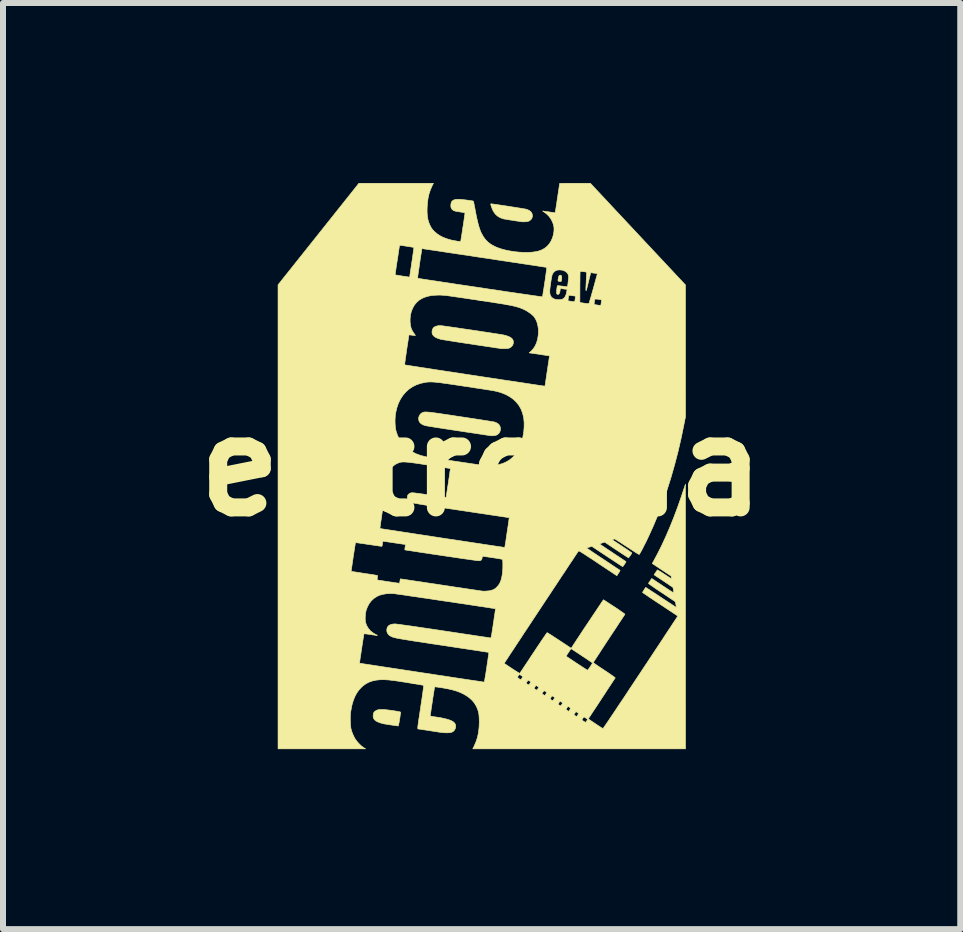
<source format=kicad_pcb>
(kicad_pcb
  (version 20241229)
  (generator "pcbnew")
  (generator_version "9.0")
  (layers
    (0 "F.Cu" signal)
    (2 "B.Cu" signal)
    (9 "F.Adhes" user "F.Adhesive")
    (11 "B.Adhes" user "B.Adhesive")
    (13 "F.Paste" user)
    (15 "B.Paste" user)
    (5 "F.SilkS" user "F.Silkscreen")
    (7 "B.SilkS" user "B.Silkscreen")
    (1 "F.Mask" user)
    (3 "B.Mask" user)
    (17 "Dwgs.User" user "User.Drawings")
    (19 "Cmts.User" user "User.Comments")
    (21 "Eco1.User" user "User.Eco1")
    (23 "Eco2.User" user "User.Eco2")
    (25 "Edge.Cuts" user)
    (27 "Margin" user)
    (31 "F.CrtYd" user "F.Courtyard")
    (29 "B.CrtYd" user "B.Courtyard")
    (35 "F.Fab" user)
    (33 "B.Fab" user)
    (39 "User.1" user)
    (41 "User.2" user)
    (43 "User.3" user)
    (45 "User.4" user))
  (footprint "entropia"
    (layer "F.Cu")
    (at 4.978 4.719)
    (property "Reference" "entropia" (at 0 0 0) (layer "F.SilkS") (effects (font (size 1.524 1.524) (thickness 0.3))))
    (attr through_hole)
    (fp_poly (pts (xy 1.324 -3.178) (xy 1.331 -3.171) (xy 1.335 -3.163) (xy 1.336 -3.148) (xy 1.336 -3.143) (xy 1.335 -3.119) (xy 1.332 -3.099) (xy 1.328 -3.084) (xy 1.324 -3.076) (xy 1.323 -3.076) (xy 1.315 -3.076) (xy 1.306 -3.077) (xy 1.288 -3.08) (xy 1.278 -3.083) (xy 1.274 -3.089) (xy 1.274 -3.1) (xy 1.275 -3.111) (xy 1.281 -3.144) (xy 1.289 -3.167) (xy 1.299 -3.179) (xy 1.311 -3.183) (xy 1.324 -3.178)) (stroke (width 0.01) (type solid)) (fill yes) (layer "F.SilkS"))
    (fp_poly (pts (xy -1.622 4.059) (xy -1.575 4.064) (xy -1.519 4.071) (xy -1.471 4.078) (xy -1.431 4.084) (xy -1.401 4.09) (xy -1.378 4.094) (xy -1.363 4.097) (xy -1.354 4.1) (xy -1.35 4.103) (xy -1.35 4.105) (xy -1.353 4.129) (xy -1.357 4.157) (xy -1.361 4.188) (xy -1.366 4.219) (xy -1.371 4.249) (xy -1.376 4.277) (xy -1.381 4.301) (xy -1.385 4.319) (xy -1.388 4.33) (xy -1.389 4.333) (xy -1.396 4.332) (xy -1.41 4.33) (xy -1.432 4.327) (xy -1.459 4.323) (xy -1.49 4.319) (xy -1.494 4.318) (xy -1.538 4.312) (xy -1.574 4.306) (xy -1.604 4.301) (xy -1.628 4.297) (xy -1.649 4.292) (xy -1.668 4.287) (xy -1.687 4.282) (xy -1.687 4.281) (xy -1.729 4.266) (xy -1.761 4.249) (xy -1.785 4.229) (xy -1.8 4.206) (xy -1.807 4.18) (xy -1.808 4.165) (xy -1.805 4.133) (xy -1.796 4.107) (xy -1.778 4.088) (xy -1.752 4.072) (xy -1.743 4.068) (xy -1.721 4.062) (xy -1.694 4.059) (xy -1.662 4.058) (xy -1.622 4.059)) (stroke (width 0.01) (type solid)) (fill yes) (layer "F.SilkS"))
    (fp_poly (pts (xy 0.159 -4.371) (xy 0.173 -4.37) (xy 0.196 -4.367) (xy 0.225 -4.363) (xy 0.26 -4.358) (xy 0.299 -4.352) (xy 0.342 -4.346) (xy 0.388 -4.339) (xy 0.435 -4.332) (xy 0.483 -4.324) (xy 0.529 -4.317) (xy 0.575 -4.31) (xy 0.617 -4.303) (xy 0.655 -4.297) (xy 0.689 -4.291) (xy 0.716 -4.287) (xy 0.736 -4.283) (xy 0.748 -4.28) (xy 0.75 -4.28) (xy 0.77 -4.272) (xy 0.791 -4.261) (xy 0.801 -4.256) (xy 0.825 -4.235) (xy 0.84 -4.21) (xy 0.847 -4.183) (xy 0.846 -4.156) (xy 0.838 -4.13) (xy 0.821 -4.107) (xy 0.798 -4.089) (xy 0.777 -4.08) (xy 0.762 -4.076) (xy 0.74 -4.073) (xy 0.716 -4.072) (xy 0.693 -4.071) (xy 0.675 -4.072) (xy 0.671 -4.072) (xy 0.662 -4.074) (xy 0.645 -4.076) (xy 0.621 -4.08) (xy 0.592 -4.084) (xy 0.558 -4.089) (xy 0.521 -4.095) (xy 0.521 -4.095) (xy 0.483 -4.101) (xy 0.447 -4.106) (xy 0.415 -4.112) (xy 0.387 -4.117) (xy 0.367 -4.12) (xy 0.356 -4.123) (xy 0.306 -4.142) (xy 0.264 -4.168) (xy 0.228 -4.201) (xy 0.199 -4.242) (xy 0.191 -4.257) (xy 0.181 -4.278) (xy 0.172 -4.301) (xy 0.164 -4.324) (xy 0.157 -4.344) (xy 0.153 -4.36) (xy 0.153 -4.37) (xy 0.153 -4.371) (xy 0.159 -4.371)) (stroke (width 0.01) (type solid)) (fill yes) (layer "F.SilkS"))
    (fp_poly (pts (xy -0.672 -2.34) (xy -0.661 -2.339) (xy -0.64 -2.336) (xy -0.611 -2.332) (xy -0.575 -2.327) (xy -0.533 -2.321) (xy -0.484 -2.314) (xy -0.431 -2.307) (xy -0.374 -2.298) (xy -0.314 -2.289) (xy -0.251 -2.28) (xy -0.188 -2.271) (xy -0.123 -2.261) (xy -0.06 -2.252) (xy 0.003 -2.242) (xy 0.063 -2.233) (xy 0.12 -2.225) (xy 0.173 -2.216) (xy 0.221 -2.209) (xy 0.264 -2.202) (xy 0.3 -2.197) (xy 0.329 -2.192) (xy 0.349 -2.188) (xy 0.359 -2.187) (xy 0.411 -2.174) (xy 0.453 -2.159) (xy 0.486 -2.142) (xy 0.509 -2.122) (xy 0.524 -2.099) (xy 0.53 -2.073) (xy 0.528 -2.043) (xy 0.528 -2.042) (xy 0.517 -2.013) (xy 0.497 -1.989) (xy 0.47 -1.971) (xy 0.467 -1.969) (xy 0.453 -1.964) (xy 0.436 -1.961) (xy 0.414 -1.959) (xy 0.389 -1.958) (xy 0.364 -1.958) (xy 0.342 -1.958) (xy 0.325 -1.958) (xy 0.318 -1.959) (xy 0.31 -1.96) (xy 0.294 -1.963) (xy 0.269 -1.967) (xy 0.236 -1.971) (xy 0.196 -1.978) (xy 0.149 -1.985) (xy 0.097 -1.992) (xy 0.04 -2.001) (xy -0.022 -2.01) (xy -0.087 -2.02) (xy -0.154 -2.03) (xy -0.17 -2.033) (xy -0.239 -2.043) (xy -0.306 -2.053) (xy -0.37 -2.063) (xy -0.43 -2.072) (xy -0.486 -2.081) (xy -0.536 -2.089) (xy -0.58 -2.096) (xy -0.618 -2.102) (xy -0.647 -2.107) (xy -0.669 -2.111) (xy -0.681 -2.113) (xy -0.682 -2.113) (xy -0.729 -2.128) (xy -0.767 -2.145) (xy -0.795 -2.165) (xy -0.815 -2.189) (xy -0.823 -2.207) (xy -0.827 -2.231) (xy -0.824 -2.257) (xy -0.817 -2.282) (xy -0.805 -2.303) (xy -0.789 -2.317) (xy -0.759 -2.331) (xy -0.726 -2.339) (xy -0.69 -2.341) (xy -0.672 -2.34)) (stroke (width 0.01) (type solid)) (fill yes) (layer "F.SilkS"))
    (fp_poly (pts (xy -0.919 -0.901) (xy -0.901 -0.9) (xy -0.879 -0.898) (xy -0.853 -0.896) (xy -0.821 -0.892) (xy -0.784 -0.887) (xy -0.741 -0.881) (xy -0.691 -0.874) (xy -0.634 -0.865) (xy -0.569 -0.856) (xy -0.495 -0.845) (xy -0.412 -0.832) (xy -0.353 -0.823) (xy -0.279 -0.812) (xy -0.208 -0.801) (xy -0.14 -0.791) (xy -0.076 -0.781) (xy -0.017 -0.772) (xy 0.038 -0.763) (xy 0.086 -0.756) (xy 0.128 -0.749) (xy 0.162 -0.743) (xy 0.189 -0.739) (xy 0.207 -0.736) (xy 0.215 -0.734) (xy 0.215 -0.734) (xy 0.244 -0.723) (xy 0.27 -0.708) (xy 0.289 -0.692) (xy 0.292 -0.688) (xy 0.308 -0.659) (xy 0.314 -0.628) (xy 0.313 -0.598) (xy 0.303 -0.569) (xy 0.287 -0.544) (xy 0.263 -0.524) (xy 0.25 -0.517) (xy 0.231 -0.511) (xy 0.206 -0.507) (xy 0.18 -0.505) (xy 0.158 -0.505) (xy 0.152 -0.506) (xy 0.146 -0.507) (xy 0.13 -0.51) (xy 0.105 -0.513) (xy 0.072 -0.518) (xy 0.032 -0.524) (xy -0.015 -0.531) (xy -0.067 -0.539) (xy -0.125 -0.548) (xy -0.188 -0.557) (xy -0.255 -0.567) (xy -0.324 -0.578) (xy -0.386 -0.587) (xy -0.459 -0.598) (xy -0.529 -0.609) (xy -0.596 -0.619) (xy -0.66 -0.629) (xy -0.719 -0.638) (xy -0.772 -0.646) (xy -0.82 -0.654) (xy -0.861 -0.661) (xy -0.895 -0.666) (xy -0.921 -0.671) (xy -0.938 -0.674) (xy -0.945 -0.676) (xy -0.984 -0.691) (xy -1.014 -0.71) (xy -1.035 -0.734) (xy -1.047 -0.762) (xy -1.05 -0.794) (xy -1.047 -0.815) (xy -1.035 -0.846) (xy -1.016 -0.871) (xy -0.99 -0.889) (xy -0.988 -0.89) (xy -0.98 -0.893) (xy -0.973 -0.896) (xy -0.965 -0.898) (xy -0.956 -0.9) (xy -0.946 -0.901) (xy -0.934 -0.902) (xy -0.919 -0.901)) (stroke (width 0.01) (type solid)) (fill yes) (layer "F.SilkS"))
    (fp_poly (pts (xy 2.605 -3.867) (xy 3.398 -3.02) (xy 3.398 -1.922) (xy 3.399 -0.823) (xy 3.375 -0.702) (xy 3.328 -0.472) (xy 3.276 -0.246) (xy 3.218 -0.023) (xy 3.156 0.194) (xy 3.089 0.406) (xy 3.018 0.612) (xy 2.942 0.81) (xy 2.862 1.001) (xy 2.779 1.183) (xy 2.751 1.242) (xy 2.729 1.286) (xy 2.707 1.328) (xy 2.688 1.367) (xy 2.67 1.401) (xy 2.654 1.43) (xy 2.641 1.453) (xy 2.632 1.468) (xy 2.627 1.474) (xy 2.622 1.472) (xy 2.61 1.465) (xy 2.59 1.454) (xy 2.565 1.438) (xy 2.535 1.419) (xy 2.501 1.397) (xy 2.463 1.372) (xy 2.423 1.346) (xy 2.383 1.32) (xy 2.345 1.295) (xy 2.311 1.272) (xy 2.28 1.253) (xy 2.255 1.237) (xy 2.236 1.224) (xy 2.223 1.217) (xy 2.218 1.215) (xy 2.21 1.216) (xy 2.197 1.221) (xy 2.195 1.221) (xy 2.177 1.228) (xy 2.341 1.336) (xy 2.377 1.36) (xy 2.411 1.382) (xy 2.441 1.403) (xy 2.466 1.42) (xy 2.485 1.434) (xy 2.498 1.443) (xy 2.504 1.448) (xy 2.504 1.449) (xy 2.502 1.455) (xy 2.495 1.467) (xy 2.485 1.483) (xy 2.473 1.499) (xy 2.463 1.513) (xy 2.454 1.524) (xy 2.449 1.529) (xy 2.448 1.529) (xy 2.443 1.526) (xy 2.431 1.519) (xy 2.411 1.506) (xy 2.386 1.49) (xy 2.356 1.47) (xy 2.321 1.447) (xy 2.283 1.422) (xy 2.248 1.399) (xy 2.052 1.268) (xy 2.008 1.282) (xy 1.99 1.289) (xy 1.976 1.295) (xy 1.969 1.299) (xy 1.969 1.3) (xy 1.974 1.304) (xy 1.987 1.312) (xy 2.006 1.326) (xy 2.032 1.343) (xy 2.062 1.363) (xy 2.097 1.387) (xy 2.136 1.412) (xy 2.178 1.44) (xy 2.189 1.448) (xy 2.231 1.476) (xy 2.271 1.502) (xy 2.307 1.526) (xy 2.338 1.547) (xy 2.365 1.565) (xy 2.386 1.579) (xy 2.4 1.588) (xy 2.407 1.593) (xy 2.407 1.593) (xy 2.406 1.598) (xy 2.4 1.609) (xy 2.391 1.623) (xy 2.38 1.639) (xy 2.369 1.655) (xy 2.36 1.668) (xy 2.354 1.675) (xy 2.352 1.676) (xy 2.347 1.674) (xy 2.334 1.666) (xy 2.315 1.653) (xy 2.289 1.637) (xy 2.258 1.616) (xy 2.222 1.593) (xy 2.182 1.566) (xy 2.139 1.538) (xy 2.093 1.508) (xy 2.092 1.507) (xy 1.837 1.338) (xy 1.795 1.351) (xy 1.776 1.357) (xy 1.761 1.362) (xy 1.753 1.366) (xy 1.753 1.367) (xy 1.757 1.37) (xy 1.769 1.378) (xy 1.787 1.391) (xy 1.812 1.408) (xy 1.843 1.429) (xy 1.878 1.453) (xy 1.918 1.479) (xy 1.96 1.508) (xy 2.006 1.538) (xy 2.053 1.569) (xy 2.101 1.601) (xy 2.149 1.633) (xy 2.197 1.665) (xy 2.243 1.696) (xy 2.288 1.725) (xy 2.308 1.738) (xy 2.307 1.743) (xy 2.301 1.755) (xy 2.292 1.771) (xy 2.283 1.784) (xy 2.255 1.828) (xy 1.939 1.618) (xy 1.877 1.576) (xy 1.822 1.54) (xy 1.775 1.51) (xy 1.736 1.484) (xy 1.702 1.462) (xy 1.675 1.445) (xy 1.654 1.432) (xy 1.638 1.423) (xy 1.627 1.417) (xy 1.62 1.414) (xy 1.617 1.414) (xy 1.614 1.419) (xy 1.605 1.432) (xy 1.591 1.452) (xy 1.573 1.479) (xy 1.55 1.513) (xy 1.524 1.554) (xy 1.493 1.599) (xy 1.459 1.65) (xy 1.422 1.706) (xy 1.383 1.766) (xy 1.34 1.829) (xy 1.296 1.896) (xy 1.25 1.966) (xy 1.202 2.038) (xy 1.153 2.113) (xy 1.103 2.188) (xy 1.052 2.265) (xy 1.001 2.342) (xy 0.95 2.419) (xy 0.899 2.496) (xy 0.849 2.572) (xy 0.8 2.646) (xy 0.752 2.719) (xy 0.705 2.789) (xy 0.661 2.857) (xy 0.618 2.922) (xy 0.578 2.982) (xy 0.541 3.039) (xy 0.506 3.091) (xy 0.475 3.138) (xy 0.448 3.18) (xy 0.425 3.216) (xy 0.405 3.245) (xy 0.391 3.267) (xy 0.381 3.282) (xy 0.377 3.289) (xy 0.377 3.289) (xy 0.381 3.292) (xy 0.393 3.3) (xy 0.411 3.312) (xy 0.435 3.328) (xy 0.463 3.347) (xy 0.494 3.367) (xy 0.505 3.375) (xy 0.541 3.398) (xy 0.572 3.418) (xy 0.598 3.434) (xy 0.618 3.446) (xy 0.631 3.453) (xy 0.637 3.455) (xy 0.637 3.455) (xy 0.64 3.45) (xy 0.649 3.437) (xy 0.662 3.417) (xy 0.68 3.391) (xy 0.701 3.358) (xy 0.726 3.321) (xy 0.754 3.279) (xy 0.785 3.233) (xy 0.817 3.183) (xy 0.827 3.169) (xy 1.408 3.169) (xy 1.584 3.286) (xy 1.622 3.311) (xy 1.657 3.334) (xy 1.689 3.355) (xy 1.717 3.373) (xy 1.739 3.387) (xy 1.755 3.397) (xy 1.764 3.402) (xy 1.766 3.403) (xy 1.77 3.399) (xy 1.779 3.388) (xy 1.792 3.372) (xy 1.806 3.352) (xy 1.81 3.345) (xy 1.824 3.324) (xy 1.836 3.305) (xy 1.845 3.291) (xy 1.849 3.284) (xy 1.849 3.283) (xy 1.845 3.28) (xy 1.833 3.271) (xy 1.815 3.259) (xy 1.792 3.243) (xy 1.764 3.224) (xy 1.732 3.202) (xy 1.698 3.18) (xy 1.662 3.156) (xy 1.626 3.132) (xy 1.59 3.108) (xy 1.556 3.086) (xy 1.524 3.065) (xy 1.504 3.052) (xy 1.491 3.044) (xy 1.449 3.106) (xy 1.408 3.169) (xy 0.827 3.169) (xy 0.852 3.131) (xy 0.864 3.113) (xy 0.9 3.059) (xy 0.934 3.007) (xy 0.966 2.96) (xy 0.995 2.916) (xy 1.021 2.878) (xy 1.044 2.844) (xy 1.063 2.817) (xy 1.077 2.796) (xy 1.087 2.783) (xy 1.092 2.777) (xy 1.093 2.777) (xy 1.098 2.78) (xy 1.111 2.787) (xy 1.131 2.8) (xy 1.157 2.816) (xy 1.188 2.836) (xy 1.223 2.859) (xy 1.261 2.884) (xy 1.297 2.907) (xy 1.494 3.037) (xy 1.506 3.019) (xy 1.518 3) (xy 1.534 2.974) (xy 1.555 2.943) (xy 1.578 2.907) (xy 1.605 2.867) (xy 1.634 2.823) (xy 1.664 2.777) (xy 1.696 2.728) (xy 1.729 2.679) (xy 1.763 2.628) (xy 1.797 2.578) (xy 1.83 2.528) (xy 1.862 2.48) (xy 1.893 2.434) (xy 1.922 2.391) (xy 1.948 2.351) (xy 1.972 2.316) (xy 1.992 2.285) (xy 2.009 2.261) (xy 2.021 2.243) (xy 2.029 2.232) (xy 2.032 2.229) (xy 2.037 2.232) (xy 2.049 2.24) (xy 2.068 2.252) (xy 2.093 2.268) (xy 2.123 2.288) (xy 2.157 2.31) (xy 2.194 2.334) (xy 2.214 2.347) (xy 2.261 2.378) (xy 2.3 2.405) (xy 2.333 2.428) (xy 2.359 2.446) (xy 2.377 2.459) (xy 2.387 2.468) (xy 2.389 2.471) (xy 2.386 2.476) (xy 2.377 2.489) (xy 2.364 2.509) (xy 2.346 2.536) (xy 2.325 2.569) (xy 2.299 2.607) (xy 2.271 2.65) (xy 2.24 2.698) (xy 2.206 2.749) (xy 2.17 2.803) (xy 2.132 2.86) (xy 2.124 2.873) (xy 2.086 2.93) (xy 2.05 2.985) (xy 2.016 3.037) (xy 1.985 3.085) (xy 1.956 3.13) (xy 1.93 3.169) (xy 1.908 3.204) (xy 1.889 3.232) (xy 1.876 3.253) (xy 1.867 3.268) (xy 1.863 3.275) (xy 1.862 3.275) (xy 1.866 3.279) (xy 1.878 3.288) (xy 1.896 3.302) (xy 1.921 3.319) (xy 1.95 3.339) (xy 1.984 3.362) (xy 2.021 3.386) (xy 2.046 3.403) (xy 2.096 3.436) (xy 2.137 3.464) (xy 2.17 3.487) (xy 2.195 3.505) (xy 2.213 3.518) (xy 2.224 3.527) (xy 2.227 3.531) (xy 2.227 3.532) (xy 2.224 3.537) (xy 2.215 3.55) (xy 2.202 3.57) (xy 2.184 3.597) (xy 2.163 3.629) (xy 2.138 3.667) (xy 2.11 3.709) (xy 2.08 3.755) (xy 2.048 3.805) (xy 2.013 3.857) (xy 2.004 3.871) (xy 1.97 3.923) (xy 1.937 3.974) (xy 1.906 4.021) (xy 1.877 4.064) (xy 1.851 4.103) (xy 1.829 4.137) (xy 1.811 4.165) (xy 1.796 4.187) (xy 1.786 4.202) (xy 1.782 4.209) (xy 1.781 4.21) (xy 1.783 4.214) (xy 1.793 4.223) (xy 1.81 4.236) (xy 1.834 4.253) (xy 1.867 4.275) (xy 1.897 4.295) (xy 1.929 4.316) (xy 1.957 4.335) (xy 1.982 4.351) (xy 2.002 4.364) (xy 2.016 4.372) (xy 2.023 4.376) (xy 2.024 4.376) (xy 2.027 4.372) (xy 2.035 4.36) (xy 2.049 4.34) (xy 2.068 4.313) (xy 2.091 4.279) (xy 2.119 4.238) (xy 2.15 4.191) (xy 2.186 4.138) (xy 2.225 4.08) (xy 2.267 4.016) (xy 2.313 3.947) (xy 2.362 3.875) (xy 2.413 3.798) (xy 2.466 3.717) (xy 2.522 3.633) (xy 2.579 3.547) (xy 2.639 3.457) (xy 2.699 3.366) (xy 2.761 3.273) (xy 2.824 3.178) (xy 2.887 3.082) (xy 2.951 2.986) (xy 3.015 2.889) (xy 3.078 2.792) (xy 3.142 2.696) (xy 3.191 2.621) (xy 3.271 2.5) (xy 2.977 2.305) (xy 2.928 2.273) (xy 2.881 2.242) (xy 2.838 2.213) (xy 2.798 2.187) (xy 2.764 2.163) (xy 2.734 2.143) (xy 2.711 2.127) (xy 2.694 2.115) (xy 2.684 2.108) (xy 2.683 2.107) (xy 2.685 2.102) (xy 2.692 2.09) (xy 2.701 2.075) (xy 2.712 2.058) (xy 2.722 2.042) (xy 2.731 2.029) (xy 2.736 2.023) (xy 2.74 2.025) (xy 2.752 2.033) (xy 2.771 2.045) (xy 2.797 2.061) (xy 2.827 2.082) (xy 2.863 2.105) (xy 2.903 2.131) (xy 2.946 2.159) (xy 2.99 2.189) (xy 3.036 2.219) (xy 3.079 2.247) (xy 3.118 2.273) (xy 3.154 2.296) (xy 3.185 2.317) (xy 3.21 2.333) (xy 3.229 2.345) (xy 3.241 2.352) (xy 3.245 2.355) (xy 3.245 2.349) (xy 3.244 2.336) (xy 3.241 2.319) (xy 3.237 2.3) (xy 3.233 2.282) (xy 3.23 2.268) (xy 3.227 2.261) (xy 3.227 2.26) (xy 3.222 2.257) (xy 3.21 2.248) (xy 3.19 2.235) (xy 3.165 2.218) (xy 3.134 2.198) (xy 3.099 2.174) (xy 3.06 2.148) (xy 3.019 2.12) (xy 3.001 2.109) (xy 2.944 2.071) (xy 2.896 2.039) (xy 2.857 2.011) (xy 2.826 1.99) (xy 2.803 1.973) (xy 2.789 1.962) (xy 2.782 1.955) (xy 2.782 1.954) (xy 2.786 1.948) (xy 2.795 1.935) (xy 2.806 1.918) (xy 2.811 1.911) (xy 2.835 1.874) (xy 2.849 1.883) (xy 2.856 1.887) (xy 2.871 1.897) (xy 2.892 1.911) (xy 2.918 1.929) (xy 2.949 1.949) (xy 2.984 1.972) (xy 3.021 1.997) (xy 3.033 2.005) (xy 3.07 2.029) (xy 3.104 2.052) (xy 3.135 2.072) (xy 3.161 2.089) (xy 3.182 2.101) (xy 3.196 2.11) (xy 3.204 2.114) (xy 3.204 2.114) (xy 3.204 2.107) (xy 3.202 2.093) (xy 3.199 2.074) (xy 3.198 2.067) (xy 3.195 2.048) (xy 3.192 2.033) (xy 3.19 2.025) (xy 3.19 2.024) (xy 3.186 2.02) (xy 3.175 2.012) (xy 3.156 2) (xy 3.132 1.984) (xy 3.104 1.964) (xy 3.071 1.943) (xy 3.036 1.919) (xy 3.033 1.917) (xy 2.875 1.813) (xy 2.901 1.774) (xy 2.913 1.756) (xy 2.923 1.742) (xy 2.929 1.733) (xy 2.931 1.731) (xy 2.936 1.733) (xy 2.948 1.74) (xy 2.966 1.751) (xy 2.99 1.765) (xy 3.017 1.783) (xy 3.047 1.803) (xy 3.048 1.803) (xy 3.078 1.823) (xy 3.105 1.841) (xy 3.129 1.856) (xy 3.147 1.868) (xy 3.159 1.875) (xy 3.164 1.877) (xy 3.164 1.877) (xy 3.164 1.871) (xy 3.163 1.859) (xy 3.162 1.854) (xy 3.159 1.833) (xy 3.002 1.729) (xy 2.845 1.624) (xy 2.861 1.596) (xy 2.93 1.467) (xy 3 1.328) (xy 3.068 1.181) (xy 3.135 1.026) (xy 3.201 0.863) (xy 3.265 0.693) (xy 3.327 0.516) (xy 3.348 0.452) (xy 3.398 0.302) (xy 3.398 2.508) (xy 3.399 4.714) (xy -0.147 4.714) (xy -0.125 4.67) (xy -0.094 4.598) (xy -0.069 4.523) (xy -0.052 4.443) (xy -0.042 4.357) (xy -0.038 4.264) (xy -0.038 4.257) (xy -0.039 4.234) (xy 1.672 4.234) (xy 1.672 4.234) (xy 1.68 4.239) (xy 1.692 4.248) (xy 1.707 4.257) (xy 1.72 4.265) (xy 1.73 4.271) (xy 1.733 4.272) (xy 1.738 4.268) (xy 1.744 4.26) (xy 1.756 4.242) (xy 1.763 4.23) (xy 1.764 4.223) (xy 1.759 4.216) (xy 1.748 4.208) (xy 1.737 4.201) (xy 1.722 4.191) (xy 1.711 4.184) (xy 1.705 4.182) (xy 1.705 4.182) (xy 1.697 4.192) (xy 1.688 4.205) (xy 1.68 4.219) (xy 1.674 4.229) (xy 1.672 4.234) (xy -0.039 4.234) (xy -0.04 4.202) (xy -0.043 4.156) (xy -0.044 4.148) (xy 1.54 4.148) (xy 1.546 4.152) (xy 1.557 4.159) (xy 1.569 4.167) (xy 1.579 4.173) (xy 1.583 4.176) (xy 1.583 4.176) (xy 1.587 4.172) (xy 1.594 4.162) (xy 1.6 4.153) (xy 1.609 4.14) (xy 1.614 4.13) (xy 1.615 4.126) (xy 1.612 4.121) (xy 1.602 4.113) (xy 1.591 4.105) (xy 1.58 4.098) (xy 1.573 4.094) (xy 1.573 4.094) (xy 1.569 4.098) (xy 1.563 4.108) (xy 1.555 4.121) (xy 1.547 4.133) (xy 1.542 4.143) (xy 1.54 4.148) (xy -0.044 4.148) (xy -0.049 4.114) (xy -0.059 4.076) (xy -0.066 4.056) (xy 1.407 4.056) (xy 1.411 4.059) (xy 1.42 4.067) (xy 1.431 4.076) (xy 1.442 4.084) (xy 1.45 4.089) (xy 1.451 4.089) (xy 1.454 4.085) (xy 1.461 4.075) (xy 1.468 4.065) (xy 1.476 4.051) (xy 1.482 4.041) (xy 1.483 4.037) (xy 1.48 4.033) (xy 1.47 4.025) (xy 1.459 4.017) (xy 1.448 4.011) (xy 1.442 4.008) (xy 1.437 4.012) (xy 1.43 4.021) (xy 1.421 4.033) (xy 1.413 4.045) (xy 1.408 4.054) (xy 1.407 4.056) (xy -0.066 4.056) (xy -0.073 4.038) (xy -0.09 4) (xy -0.108 3.97) (xy 1.275 3.97) (xy 1.279 3.974) (xy 1.288 3.981) (xy 1.3 3.989) (xy 1.31 3.995) (xy 1.317 3.998) (xy 1.317 3.998) (xy 1.321 3.994) (xy 1.329 3.984) (xy 1.336 3.975) (xy 1.344 3.962) (xy 1.35 3.953) (xy 1.351 3.95) (xy 1.347 3.946) (xy 1.338 3.938) (xy 1.33 3.933) (xy 1.308 3.918) (xy 1.291 3.943) (xy 1.283 3.956) (xy 1.277 3.966) (xy 1.275 3.97) (xy -0.108 3.97) (xy -0.119 3.952) (xy -0.157 3.906) (xy -0.188 3.878) (xy 1.146 3.878) (xy 1.148 3.886) (xy 1.155 3.893) (xy 1.162 3.898) (xy 1.174 3.906) (xy 1.183 3.911) (xy 1.184 3.911) (xy 1.189 3.908) (xy 1.196 3.897) (xy 1.204 3.886) (xy 1.213 3.872) (xy 1.216 3.863) (xy 1.214 3.856) (xy 1.204 3.848) (xy 1.188 3.838) (xy 1.179 3.834) (xy 1.173 3.834) (xy 1.167 3.84) (xy 1.161 3.851) (xy 1.151 3.867) (xy 1.146 3.878) (xy -0.188 3.878) (xy -0.201 3.866) (xy -0.248 3.832) (xy -0.298 3.802) (xy -0.314 3.794) (xy 1.006 3.794) (xy 1.027 3.809) (xy 1.04 3.818) (xy 1.049 3.824) (xy 1.052 3.825) (xy 1.055 3.821) (xy 1.063 3.811) (xy 1.071 3.799) (xy 1.08 3.786) (xy 1.085 3.776) (xy 1.086 3.772) (xy 1.073 3.763) (xy 1.059 3.754) (xy 1.047 3.748) (xy 1.041 3.747) (xy 1.041 3.747) (xy 1.036 3.752) (xy 1.027 3.763) (xy 1.021 3.772) (xy 1.006 3.794) (xy -0.314 3.794) (xy -0.352 3.776) (xy -0.412 3.753) (xy -0.479 3.733) (xy -0.541 3.718) (xy -0.565 3.713) (xy -0.593 3.708) (xy -0.622 3.703) (xy 0.877 3.703) (xy 0.877 3.709) (xy 0.884 3.715) (xy 0.893 3.721) (xy 0.905 3.729) (xy 0.915 3.733) (xy 0.918 3.734) (xy 0.923 3.73) (xy 0.932 3.72) (xy 0.939 3.71) (xy 0.955 3.686) (xy 0.931 3.671) (xy 0.908 3.656) (xy 0.899 3.668) (xy 0.89 3.681) (xy 0.882 3.694) (xy 0.877 3.703) (xy -0.622 3.703) (xy -0.623 3.702) (xy -0.655 3.697) (xy -0.687 3.692) (xy -0.717 3.688) (xy -0.743 3.684) (xy -0.763 3.682) (xy -0.777 3.681) (xy -0.782 3.682) (xy -0.784 3.687) (xy -0.787 3.702) (xy -0.79 3.725) (xy -0.795 3.755) (xy -0.801 3.79) (xy -0.807 3.831) (xy -0.814 3.876) (xy -0.82 3.917) (xy -0.827 3.964) (xy -0.834 4.009) (xy -0.84 4.05) (xy -0.845 4.086) (xy -0.85 4.116) (xy -0.853 4.138) (xy -0.856 4.153) (xy -0.857 4.158) (xy -0.857 4.162) (xy -0.855 4.165) (xy -0.85 4.168) (xy -0.84 4.17) (xy -0.825 4.173) (xy -0.802 4.177) (xy -0.77 4.182) (xy -0.761 4.183) (xy -0.689 4.194) (xy -0.627 4.207) (xy -0.575 4.22) (xy -0.531 4.234) (xy -0.496 4.249) (xy -0.469 4.266) (xy -0.449 4.285) (xy -0.437 4.306) (xy -0.432 4.328) (xy -0.432 4.335) (xy -0.436 4.369) (xy -0.449 4.397) (xy -0.468 4.42) (xy -0.495 4.436) (xy -0.509 4.44) (xy -0.541 4.445) (xy -0.583 4.447) (xy -0.633 4.444) (xy -0.692 4.438) (xy -0.739 4.431) (xy -0.777 4.425) (xy -0.821 4.418) (xy -0.867 4.411) (xy -0.911 4.404) (xy -0.942 4.399) (xy -0.975 4.395) (xy -1.004 4.39) (xy -1.029 4.386) (xy -1.047 4.384) (xy -1.058 4.382) (xy -1.059 4.381) (xy -1.061 4.381) (xy -1.063 4.379) (xy -1.064 4.376) (xy -1.064 4.371) (xy -1.064 4.363) (xy -1.063 4.351) (xy -1.062 4.335) (xy -1.059 4.314) (xy -1.055 4.287) (xy -1.051 4.254) (xy -1.045 4.213) (xy -1.037 4.165) (xy -1.029 4.109) (xy -1.019 4.043) (xy -1.016 4.02) (xy -1.005 3.947) (xy -0.995 3.882) (xy -0.987 3.825) (xy -0.98 3.775) (xy -0.974 3.733) (xy -0.97 3.7) (xy -0.967 3.677) (xy -0.966 3.662) (xy -0.966 3.657) (xy -0.973 3.655) (xy -0.99 3.651) (xy -1.014 3.647) (xy -1.046 3.641) (xy -1.083 3.635) (xy -1.127 3.627) (xy -1.168 3.621) (xy 0.742 3.621) (xy 0.761 3.634) (xy 0.773 3.642) (xy 0.783 3.646) (xy 0.785 3.647) (xy 0.79 3.643) (xy 0.799 3.633) (xy 0.806 3.622) (xy 0.822 3.598) (xy 0.801 3.584) (xy 0.787 3.576) (xy 0.777 3.574) (xy 0.768 3.58) (xy 0.758 3.594) (xy 0.754 3.6) (xy 0.742 3.621) (xy -1.168 3.621) (xy -1.174 3.62) (xy -1.225 3.612) (xy -1.279 3.603) (xy -1.334 3.595) (xy -1.389 3.586) (xy -1.444 3.578) (xy -1.456 3.577) (xy -1.543 3.566) (xy -1.622 3.561) (xy -1.694 3.562) (xy -1.76 3.569) (xy -1.819 3.582) (xy -1.874 3.601) (xy -1.923 3.626) (xy -1.969 3.658) (xy -2 3.685) (xy -2.043 3.731) (xy -2.081 3.784) (xy -2.113 3.844) (xy -2.139 3.91) (xy -2.161 3.984) (xy -2.177 4.067) (xy -2.185 4.117) (xy -2.187 4.145) (xy -2.188 4.179) (xy -2.189 4.217) (xy -2.188 4.257) (xy -2.186 4.296) (xy -2.183 4.332) (xy -2.18 4.362) (xy -2.177 4.379) (xy -2.164 4.426) (xy -2.144 4.476) (xy -2.12 4.526) (xy -2.113 4.539) (xy -2.094 4.567) (xy -2.07 4.598) (xy -2.041 4.63) (xy -2.011 4.659) (xy -1.981 4.683) (xy -1.966 4.693) (xy -1.934 4.714) (xy -3.393 4.714) (xy -3.393 3.286) (xy -2.034 3.286) (xy -2.029 3.287) (xy -2.015 3.289) (xy -1.991 3.293) (xy -1.96 3.298) (xy -1.92 3.304) (xy -1.873 3.311) (xy -1.82 3.319) (xy -1.761 3.328) (xy -1.696 3.338) (xy -1.626 3.349) (xy -1.552 3.36) (xy -1.474 3.372) (xy -1.393 3.384) (xy -1.309 3.397) (xy -1.224 3.41) (xy -1.136 3.423) (xy -1.048 3.437) (xy -0.96 3.45) (xy -0.871 3.463) (xy -0.784 3.477) (xy -0.698 3.49) (xy -0.614 3.502) (xy -0.532 3.515) (xy -0.454 3.527) (xy -0.379 3.538) (xy -0.308 3.549) (xy -0.242 3.559) (xy -0.182 3.568) (xy -0.127 3.576) (xy -0.079 3.583) (xy -0.038 3.589) (xy -0.005 3.594) (xy 0.02 3.598) (xy 0.036 3.6) (xy 0.043 3.601) (xy 0.043 3.601) (xy 0.045 3.596) (xy 0.049 3.582) (xy 0.053 3.559) (xy 0.058 3.528) (xy 0.06 3.52) (xy 0.598 3.52) (xy 0.601 3.525) (xy 0.61 3.533) (xy 0.623 3.543) (xy 0.635 3.552) (xy 0.646 3.559) (xy 0.651 3.561) (xy 0.656 3.557) (xy 0.664 3.547) (xy 0.67 3.539) (xy 0.679 3.525) (xy 0.685 3.515) (xy 0.686 3.512) (xy 0.682 3.507) (xy 0.672 3.499) (xy 0.659 3.49) (xy 0.646 3.482) (xy 0.635 3.476) (xy 0.631 3.475) (xy 0.626 3.479) (xy 0.618 3.488) (xy 0.609 3.5) (xy 0.602 3.512) (xy 0.598 3.52) (xy 0.06 3.52) (xy 0.065 3.49) (xy 0.072 3.445) (xy 0.08 3.395) (xy 0.086 3.355) (xy 0.093 3.306) (xy 0.1 3.261) (xy 0.106 3.219) (xy 0.111 3.183) (xy 0.116 3.152) (xy 0.119 3.129) (xy 0.121 3.113) (xy 0.121 3.107) (xy 0.121 3.107) (xy 0.116 3.106) (xy 0.102 3.103) (xy 0.078 3.1) (xy 0.046 3.095) (xy 0.006 3.089) (xy -0.041 3.081) (xy -0.095 3.073) (xy -0.155 3.064) (xy -0.221 3.054) (xy -0.292 3.043) (xy -0.368 3.032) (xy -0.447 3.02) (xy -0.53 3.007) (xy -0.616 2.994) (xy -0.644 2.99) (xy -0.75 2.974) (xy -0.846 2.96) (xy -0.933 2.946) (xy -1.011 2.934) (xy -1.082 2.924) (xy -1.145 2.914) (xy -1.2 2.905) (xy -1.25 2.897) (xy -1.293 2.89) (xy -1.33 2.884) (xy -1.362 2.878) (xy -1.39 2.873) (xy -1.414 2.869) (xy -1.434 2.864) (xy -1.45 2.86) (xy -1.464 2.857) (xy -1.476 2.853) (xy -1.487 2.849) (xy -1.496 2.846) (xy -1.504 2.842) (xy -1.511 2.839) (xy -1.542 2.819) (xy -1.564 2.794) (xy -1.577 2.765) (xy -1.581 2.735) (xy -1.576 2.703) (xy -1.564 2.677) (xy -1.544 2.656) (xy -1.515 2.642) (xy -1.479 2.634) (xy -1.443 2.631) (xy -1.432 2.632) (xy -1.411 2.635) (xy -1.381 2.638) (xy -1.341 2.644) (xy -1.292 2.651) (xy -1.234 2.659) (xy -1.167 2.668) (xy -1.092 2.679) (xy -1.008 2.692) (xy -0.916 2.705) (xy -0.816 2.72) (xy -0.708 2.736) (xy -0.63 2.748) (xy -0.542 2.761) (xy -0.457 2.774) (xy -0.376 2.786) (xy -0.298 2.798) (xy -0.224 2.809) (xy -0.156 2.819) (xy -0.093 2.829) (xy -0.036 2.837) (xy 0.015 2.845) (xy 0.059 2.851) (xy 0.095 2.857) (xy 0.122 2.861) (xy 0.141 2.864) (xy 0.151 2.865) (xy 0.152 2.865) (xy 0.155 2.863) (xy 0.157 2.858) (xy 0.16 2.848) (xy 0.163 2.833) (xy 0.167 2.812) (xy 0.172 2.784) (xy 0.177 2.748) (xy 0.184 2.705) (xy 0.192 2.652) (xy 0.196 2.623) (xy 0.204 2.574) (xy 0.21 2.529) (xy 0.216 2.488) (xy 0.222 2.452) (xy 0.226 2.422) (xy 0.229 2.399) (xy 0.231 2.385) (xy 0.232 2.379) (xy 0.232 2.379) (xy 0.226 2.378) (xy 0.212 2.375) (xy 0.188 2.371) (xy 0.157 2.367) (xy 0.117 2.36) (xy 0.071 2.353) (xy 0.019 2.345) (xy -0.039 2.337) (xy -0.102 2.327) (xy -0.169 2.317) (xy -0.24 2.306) (xy -0.313 2.295) (xy -0.39 2.284) (xy -0.468 2.272) (xy -0.547 2.26) (xy -0.627 2.249) (xy -0.707 2.237) (xy -0.786 2.225) (xy -0.863 2.213) (xy -0.939 2.202) (xy -1.012 2.192) (xy -1.082 2.181) (xy -1.147 2.172) (xy -1.209 2.163) (xy -1.265 2.154) (xy -1.315 2.147) (xy -1.358 2.141) (xy -1.395 2.136) (xy -1.424 2.132) (xy -1.444 2.129) (xy -1.456 2.127) (xy -1.457 2.127) (xy -1.522 2.125) (xy -1.586 2.128) (xy -1.645 2.138) (xy -1.7 2.153) (xy -1.742 2.172) (xy -1.792 2.204) (xy -1.835 2.243) (xy -1.872 2.29) (xy -1.901 2.343) (xy -1.924 2.403) (xy -1.926 2.412) (xy -1.933 2.444) (xy -1.937 2.481) (xy -1.94 2.519) (xy -1.94 2.557) (xy -1.937 2.59) (xy -1.933 2.611) (xy -1.915 2.66) (xy -1.888 2.705) (xy -1.854 2.746) (xy -1.811 2.78) (xy -1.763 2.809) (xy -1.756 2.812) (xy -1.743 2.818) (xy -1.737 2.823) (xy -1.737 2.824) (xy -1.744 2.824) (xy -1.76 2.822) (xy -1.782 2.819) (xy -1.81 2.815) (xy -1.841 2.81) (xy -1.851 2.809) (xy -1.882 2.804) (xy -1.91 2.8) (xy -1.933 2.798) (xy -1.95 2.796) (xy -1.959 2.796) (xy -1.96 2.796) (xy -1.961 2.802) (xy -1.964 2.816) (xy -1.967 2.838) (xy -1.972 2.866) (xy -1.978 2.9) (xy -1.983 2.938) (xy -1.99 2.979) (xy -1.996 3.021) (xy -2.003 3.064) (xy -2.009 3.106) (xy -2.015 3.147) (xy -2.021 3.185) (xy -2.026 3.218) (xy -2.03 3.246) (xy -2.032 3.267) (xy -2.034 3.281) (xy -2.034 3.286) (xy -3.393 3.286) (xy -3.393 1.755) (xy -2.174 1.755) (xy -2.168 1.756) (xy -2.154 1.758) (xy -2.132 1.762) (xy -2.103 1.766) (xy -2.068 1.772) (xy -2.028 1.778) (xy -1.984 1.785) (xy -1.957 1.789) (xy -1.911 1.796) (xy -1.869 1.802) (xy -1.83 1.808) (xy -1.797 1.813) (xy -1.77 1.818) (xy -1.751 1.821) (xy -1.74 1.823) (xy -1.737 1.824) (xy -1.735 1.83) (xy -1.736 1.845) (xy -1.738 1.861) (xy -1.74 1.879) (xy -1.742 1.892) (xy -1.741 1.898) (xy -1.741 1.898) (xy -1.736 1.899) (xy -1.722 1.901) (xy -1.701 1.905) (xy -1.673 1.909) (xy -1.641 1.914) (xy -1.606 1.92) (xy -1.569 1.925) (xy -1.532 1.931) (xy -1.495 1.936) (xy -1.46 1.942) (xy -1.429 1.946) (xy -1.403 1.95) (xy -1.384 1.952) (xy -1.371 1.954) (xy -1.368 1.954) (xy -1.366 1.948) (xy -1.364 1.935) (xy -1.361 1.918) (xy -1.361 1.917) (xy -1.358 1.9) (xy -1.355 1.887) (xy -1.354 1.881) (xy -1.354 1.881) (xy -1.349 1.881) (xy -1.334 1.883) (xy -1.311 1.887) (xy -1.279 1.891) (xy -1.24 1.897) (xy -1.193 1.904) (xy -1.14 1.912) (xy -1.081 1.921) (xy -1.017 1.93) (xy -0.947 1.941) (xy -0.874 1.952) (xy -0.797 1.963) (xy -0.717 1.975) (xy -0.68 1.981) (xy -0.598 1.993) (xy -0.519 2.005) (xy -0.443 2.017) (xy -0.371 2.027) (xy -0.302 2.038) (xy -0.239 2.047) (xy -0.182 2.056) (xy -0.13 2.063) (xy -0.086 2.07) (xy -0.048 2.075) (xy -0.019 2.08) (xy 0.002 2.083) (xy 0.013 2.084) (xy 0.015 2.084) (xy 0.043 2.086) (xy 0.077 2.084) (xy 0.112 2.081) (xy 0.143 2.077) (xy 0.152 2.075) (xy 0.194 2.061) (xy 0.23 2.04) (xy 0.261 2.01) (xy 0.286 1.98) (xy 0.305 1.948) (xy 0.321 1.91) (xy 0.333 1.868) (xy 0.343 1.817) (xy 0.349 1.776) (xy 0.351 1.747) (xy 0.353 1.716) (xy 0.354 1.682) (xy 0.354 1.649) (xy 0.354 1.618) (xy 0.353 1.591) (xy 0.351 1.571) (xy 0.348 1.559) (xy 0.345 1.557) (xy 0.337 1.554) (xy 0.324 1.55) (xy 0.304 1.547) (xy 0.278 1.542) (xy 0.243 1.536) (xy 0.199 1.53) (xy 0.184 1.527) (xy 0.145 1.522) (xy 0.108 1.516) (xy 0.076 1.512) (xy 0.05 1.508) (xy 0.031 1.505) (xy 0.019 1.504) (xy 0.017 1.504) (xy 0.013 1.508) (xy 0.01 1.52) (xy 0.009 1.53) (xy 0.004 1.552) (xy -0.006 1.567) (xy -0.023 1.576) (xy -0.039 1.578) (xy -0.048 1.578) (xy -0.068 1.576) (xy -0.097 1.573) (xy -0.137 1.567) (xy -0.185 1.561) (xy -0.244 1.552) (xy -0.313 1.543) (xy -0.39 1.531) (xy -0.478 1.518) (xy -0.575 1.504) (xy -0.66 1.491) (xy -0.737 1.48) (xy -0.811 1.469) (xy -0.882 1.458) (xy -0.949 1.448) (xy -1.011 1.439) (xy -1.069 1.43) (xy -1.12 1.422) (xy -1.165 1.415) (xy -1.202 1.41) (xy -1.232 1.405) (xy -1.254 1.402) (xy -1.266 1.4) (xy -1.269 1.399) (xy -1.277 1.397) (xy -1.28 1.391) (xy -1.279 1.38) (xy -1.278 1.374) (xy -1.275 1.354) (xy -1.272 1.333) (xy -1.272 1.33) (xy -1.269 1.308) (xy -1.646 1.252) (xy -1.649 1.267) (xy -1.651 1.281) (xy -1.654 1.3) (xy -1.655 1.311) (xy -1.658 1.327) (xy -1.661 1.335) (xy -1.666 1.338) (xy -1.671 1.338) (xy -1.679 1.337) (xy -1.696 1.334) (xy -1.72 1.331) (xy -1.751 1.326) (xy -1.787 1.321) (xy -1.828 1.315) (xy -1.872 1.308) (xy -1.892 1.306) (xy -1.936 1.299) (xy -1.978 1.293) (xy -2.015 1.288) (xy -2.047 1.283) (xy -2.073 1.28) (xy -2.091 1.278) (xy -2.1 1.277) (xy -2.102 1.277) (xy -2.103 1.283) (xy -2.106 1.297) (xy -2.109 1.319) (xy -2.114 1.347) (xy -2.119 1.38) (xy -2.125 1.418) (xy -2.131 1.458) (xy -2.138 1.5) (xy -2.144 1.543) (xy -2.15 1.584) (xy -2.156 1.624) (xy -2.161 1.661) (xy -2.166 1.693) (xy -2.17 1.72) (xy -2.172 1.74) (xy -2.174 1.752) (xy -2.174 1.755) (xy -3.393 1.755) (xy -3.393 1.041) (xy -1.694 1.041) (xy -1.689 1.042) (xy -1.674 1.044) (xy -1.651 1.048) (xy -1.619 1.053) (xy -1.579 1.059) (xy -1.533 1.066) (xy -1.479 1.074) (xy -1.42 1.083) (xy -1.355 1.093) (xy -1.285 1.104) (xy -1.211 1.115) (xy -1.133 1.127) (xy -1.052 1.14) (xy -0.968 1.152) (xy -0.883 1.165) (xy -0.795 1.179) (xy -0.707 1.192) (xy -0.619 1.206) (xy -0.531 1.219) (xy -0.443 1.232) (xy -0.357 1.245) (xy -0.274 1.258) (xy -0.192 1.27) (xy -0.114 1.282) (xy -0.039 1.293) (xy 0.031 1.304) (xy 0.097 1.314) (xy 0.157 1.323) (xy 0.211 1.331) (xy 0.259 1.338) (xy 0.3 1.344) (xy 0.333 1.349) (xy 0.357 1.353) (xy 0.373 1.355) (xy 0.38 1.356) (xy 0.385 1.352) (xy 0.388 1.345) (xy 0.39 1.337) (xy 0.392 1.321) (xy 0.396 1.297) (xy 0.401 1.268) (xy 0.406 1.233) (xy 0.412 1.195) (xy 0.418 1.153) (xy 0.424 1.111) (xy 0.431 1.068) (xy 0.437 1.027) (xy 0.443 0.987) (xy 0.448 0.951) (xy 0.453 0.919) (xy 0.456 0.893) (xy 0.459 0.874) (xy 0.461 0.863) (xy 0.461 0.861) (xy 0.456 0.86) (xy 0.441 0.858) (xy 0.418 0.854) (xy 0.386 0.849) (xy 0.346 0.843) (xy 0.298 0.836) (xy 0.244 0.828) (xy 0.184 0.819) (xy 0.117 0.809) (xy 0.046 0.798) (xy -0.03 0.787) (xy -0.111 0.775) (xy -0.195 0.762) (xy -0.282 0.749) (xy -0.345 0.74) (xy -0.453 0.723) (xy -0.552 0.709) (xy -0.641 0.695) (xy -0.721 0.683) (xy -0.793 0.672) (xy -0.858 0.662) (xy -0.915 0.654) (xy -0.966 0.646) (xy -1.01 0.639) (xy -1.048 0.632) (xy -1.081 0.626) (xy -1.109 0.621) (xy -1.132 0.617) (xy -1.151 0.612) (xy -1.167 0.608) (xy -1.179 0.604) (xy -1.189 0.601) (xy -1.197 0.597) (xy -1.203 0.593) (xy -1.208 0.589) (xy -1.211 0.585) (xy -1.215 0.581) (xy -1.219 0.576) (xy -1.221 0.573) (xy -1.234 0.55) (xy -1.239 0.524) (xy -1.236 0.5) (xy -1.229 0.483) (xy -1.21 0.463) (xy -1.188 0.45) (xy -1.161 0.445) (xy -1.148 0.445) (xy -1.137 0.446) (xy -1.116 0.448) (xy -1.088 0.452) (xy -1.053 0.456) (xy -1.012 0.462) (xy -0.967 0.468) (xy -0.919 0.475) (xy -0.868 0.483) (xy -0.854 0.485) (xy -0.804 0.493) (xy -0.757 0.5) (xy -0.714 0.506) (xy -0.676 0.511) (xy -0.644 0.516) (xy -0.619 0.519) (xy -0.602 0.522) (xy -0.593 0.523) (xy -0.592 0.523) (xy -0.591 0.517) (xy -0.589 0.503) (xy -0.585 0.481) (xy -0.581 0.453) (xy -0.576 0.419) (xy -0.57 0.382) (xy -0.564 0.341) (xy -0.557 0.299) (xy -0.551 0.257) (xy -0.545 0.215) (xy -0.539 0.175) (xy -0.534 0.138) (xy -0.529 0.105) (xy -0.525 0.078) (xy -0.522 0.058) (xy -0.521 0.045) (xy -0.521 0.042) (xy -0.526 0.041) (xy -0.54 0.038) (xy -0.563 0.034) (xy -0.593 0.03) (xy -0.631 0.024) (xy -0.674 0.017) (xy -0.722 0.009) (xy -0.775 0.001) (xy -0.831 -0.007) (xy -0.872 -0.014) (xy -0.949 -0.025) (xy -1.017 -0.036) (xy -1.076 -0.044) (xy -1.128 -0.052) (xy -1.172 -0.057) (xy -1.21 -0.062) (xy -1.242 -0.065) (xy -1.27 -0.067) (xy -1.293 -0.068) (xy -1.312 -0.068) (xy -1.329 -0.067) (xy -1.344 -0.065) (xy -1.357 -0.062) (xy -1.37 -0.058) (xy -1.376 -0.056) (xy -1.412 -0.042) (xy -1.444 -0.024) (xy -1.474 -0.00011) (xy -1.484 0.009) (xy -1.526 0.054) (xy -1.558 0.105) (xy -1.582 0.16) (xy -1.598 0.221) (xy -1.604 0.274) (xy -1.603 0.328) (xy -1.595 0.377) (xy -1.578 0.421) (xy -1.553 0.461) (xy -1.519 0.498) (xy -1.476 0.531) (xy -1.426 0.562) (xy -1.411 0.57) (xy -1.402 0.576) (xy -1.4 0.579) (xy -1.401 0.579) (xy -1.407 0.578) (xy -1.423 0.576) (xy -1.445 0.573) (xy -1.472 0.569) (xy -1.503 0.565) (xy -1.512 0.563) (xy -1.543 0.559) (xy -1.571 0.555) (xy -1.594 0.553) (xy -1.611 0.552) (xy -1.62 0.552) (xy -1.62 0.552) (xy -1.622 0.558) (xy -1.625 0.572) (xy -1.629 0.595) (xy -1.633 0.623) (xy -1.639 0.657) (xy -1.645 0.695) (xy -1.651 0.736) (xy -1.658 0.778) (xy -1.664 0.821) (xy -1.67 0.864) (xy -1.676 0.904) (xy -1.682 0.941) (xy -1.686 0.975) (xy -1.69 1.002) (xy -1.693 1.023) (xy -1.694 1.036) (xy -1.694 1.041) (xy -3.393 1.041) (xy -3.393 -0.76) (xy -1.443 -0.76) (xy -1.442 -0.712) (xy -1.439 -0.666) (xy -1.434 -0.624) (xy -1.427 -0.588) (xy -1.426 -0.583) (xy -1.402 -0.512) (xy -1.37 -0.446) (xy -1.33 -0.386) (xy -1.281 -0.331) (xy -1.226 -0.283) (xy -1.163 -0.241) (xy -1.093 -0.205) (xy -1.016 -0.177) (xy -0.933 -0.156) (xy -0.904 -0.15) (xy -0.885 -0.147) (xy -0.858 -0.142) (xy -0.823 -0.137) (xy -0.782 -0.131) (xy -0.735 -0.124) (xy -0.683 -0.116) (xy -0.628 -0.107) (xy -0.57 -0.099) (xy -0.51 -0.09) (xy -0.448 -0.081) (xy -0.387 -0.072) (xy -0.326 -0.063) (xy -0.267 -0.054) (xy -0.211 -0.046) (xy -0.158 -0.038) (xy -0.109 -0.031) (xy -0.066 -0.025) (xy -0.029 -0.019) (xy 0.001 -0.015) (xy 0.023 -0.012) (xy 0.036 -0.011) (xy 0.037 -0.011) (xy 0.074 -0.008) (xy 0.105 -0.006) (xy 0.134 -0.006) (xy 0.164 -0.008) (xy 0.198 -0.011) (xy 0.275 -0.022) (xy 0.346 -0.041) (xy 0.41 -0.069) (xy 0.469 -0.104) (xy 0.521 -0.148) (xy 0.539 -0.166) (xy 0.579 -0.217) (xy 0.615 -0.276) (xy 0.646 -0.342) (xy 0.671 -0.415) (xy 0.69 -0.494) (xy 0.703 -0.577) (xy 0.709 -0.65) (xy 0.709 -0.732) (xy 0.701 -0.81) (xy 0.683 -0.881) (xy 0.658 -0.948) (xy 0.624 -1.008) (xy 0.581 -1.063) (xy 0.531 -1.112) (xy 0.472 -1.154) (xy 0.406 -1.191) (xy 0.331 -1.221) (xy 0.307 -1.229) (xy 0.294 -1.233) (xy 0.282 -1.236) (xy 0.27 -1.24) (xy 0.257 -1.243) (xy 0.242 -1.246) (xy 0.226 -1.25) (xy 0.206 -1.254) (xy 0.184 -1.258) (xy 0.157 -1.262) (xy 0.126 -1.268) (xy 0.089 -1.273) (xy 0.046 -1.28) (xy -0.004 -1.288) (xy -0.061 -1.296) (xy -0.126 -1.306) (xy -0.2 -1.318) (xy -0.276 -1.329) (xy -0.364 -1.342) (xy -0.442 -1.354) (xy -0.511 -1.364) (xy -0.572 -1.373) (xy -0.626 -1.38) (xy -0.673 -1.387) (xy -0.715 -1.392) (xy -0.751 -1.396) (xy -0.782 -1.399) (xy -0.809 -1.401) (xy -0.833 -1.402) (xy -0.855 -1.402) (xy -0.874 -1.402) (xy -0.893 -1.401) (xy -0.91 -1.399) (xy -0.928 -1.397) (xy -0.938 -1.395) (xy -1.015 -1.379) (xy -1.087 -1.354) (xy -1.153 -1.321) (xy -1.213 -1.28) (xy -1.267 -1.231) (xy -1.314 -1.175) (xy -1.354 -1.113) (xy -1.388 -1.043) (xy -1.414 -0.967) (xy -1.432 -0.886) (xy -1.438 -0.847) (xy -1.441 -0.806) (xy -1.443 -0.76) (xy -3.393 -0.76) (xy -3.393 -1.687) (xy -1.283 -1.687) (xy -1.283 -1.687) (xy -1.277 -1.686) (xy -1.262 -1.684) (xy -1.238 -1.68) (xy -1.206 -1.675) (xy -1.165 -1.668) (xy -1.116 -1.661) (xy -1.06 -1.652) (xy -0.997 -1.642) (xy -0.927 -1.632) (xy -0.851 -1.62) (xy -0.77 -1.607) (xy -0.683 -1.594) (xy -0.592 -1.58) (xy -0.497 -1.566) (xy -0.397 -1.551) (xy -0.295 -1.535) (xy -0.189 -1.519) (xy -0.115 -1.508) (xy 0.014 -1.488) (xy 0.134 -1.47) (xy 0.244 -1.454) (xy 0.345 -1.438) (xy 0.438 -1.424) (xy 0.523 -1.412) (xy 0.599 -1.4) (xy 0.669 -1.39) (xy 0.731 -1.38) (xy 0.786 -1.372) (xy 0.835 -1.364) (xy 0.879 -1.358) (xy 0.916 -1.352) (xy 0.949 -1.347) (xy 0.976 -1.343) (xy 0.999 -1.34) (xy 1.018 -1.337) (xy 1.033 -1.335) (xy 1.045 -1.333) (xy 1.054 -1.332) (xy 1.06 -1.331) (xy 1.063 -1.33) (xy 1.065 -1.33) (xy 1.066 -1.33) (xy 1.065 -1.331) (xy 1.063 -1.331) (xy 1.061 -1.331) (xy 1.059 -1.332) (xy 1.058 -1.332) (xy 1.057 -1.333) (xy 1.057 -1.333) (xy 1.057 -1.338) (xy 1.059 -1.352) (xy 1.063 -1.374) (xy 1.067 -1.403) (xy 1.072 -1.436) (xy 1.078 -1.474) (xy 1.084 -1.515) (xy 1.09 -1.557) (xy 1.097 -1.6) (xy 1.103 -1.643) (xy 1.109 -1.683) (xy 1.115 -1.721) (xy 1.12 -1.754) (xy 1.124 -1.782) (xy 1.127 -1.803) (xy 1.129 -1.817) (xy 1.13 -1.821) (xy 1.133 -1.837) (xy 0.793 -1.887) (xy 0.824 -1.914) (xy 0.86 -1.953) (xy 0.89 -1.998) (xy 0.914 -2.049) (xy 0.932 -2.107) (xy 0.943 -2.173) (xy 0.945 -2.188) (xy 0.948 -2.242) (xy 0.945 -2.297) (xy 0.936 -2.35) (xy 0.922 -2.4) (xy 0.903 -2.444) (xy 0.88 -2.482) (xy 0.865 -2.5) (xy 0.836 -2.527) (xy 0.799 -2.555) (xy 0.758 -2.582) (xy 0.714 -2.606) (xy 0.67 -2.626) (xy 0.643 -2.636) (xy 0.623 -2.643) (xy 0.604 -2.649) (xy 0.585 -2.654) (xy 0.565 -2.66) (xy 0.544 -2.665) (xy 0.52 -2.671) (xy 0.495 -2.676) (xy 0.466 -2.682) (xy 0.433 -2.688) (xy 0.396 -2.695) (xy 0.39 -2.696) (xy 1.876 -2.696) (xy 1.876 -2.694) (xy 1.881 -2.693) (xy 1.894 -2.69) (xy 1.912 -2.687) (xy 1.932 -2.684) (xy 1.951 -2.681) (xy 1.967 -2.679) (xy 1.977 -2.678) (xy 1.985 -2.681) (xy 1.988 -2.686) (xy 1.99 -2.696) (xy 1.993 -2.712) (xy 1.994 -2.72) (xy 1.996 -2.738) (xy 1.998 -2.754) (xy 1.999 -2.759) (xy 2 -2.765) (xy 1.998 -2.769) (xy 1.992 -2.772) (xy 1.98 -2.775) (xy 1.96 -2.777) (xy 1.957 -2.778) (xy 1.929 -2.782) (xy 1.91 -2.784) (xy 1.897 -2.783) (xy 1.889 -2.779) (xy 1.885 -2.771) (xy 1.882 -2.758) (xy 1.88 -2.74) (xy 1.878 -2.72) (xy 1.876 -2.705) (xy 1.876 -2.696) (xy 0.39 -2.696) (xy 0.354 -2.702) (xy 0.306 -2.709) (xy 0.252 -2.718) (xy 0.204 -2.726) (xy 1.638 -2.726) (xy 1.712 -2.715) (xy 1.738 -2.711) (xy 1.761 -2.709) (xy 1.778 -2.707) (xy 1.787 -2.707) (xy 1.789 -2.707) (xy 1.791 -2.713) (xy 1.795 -2.727) (xy 1.802 -2.749) (xy 1.81 -2.778) (xy 1.821 -2.813) (xy 1.832 -2.853) (xy 1.845 -2.898) (xy 1.858 -2.945) (xy 1.862 -2.958) (xy 1.875 -3.006) (xy 1.888 -3.052) (xy 1.899 -3.093) (xy 1.909 -3.129) (xy 1.917 -3.16) (xy 1.924 -3.184) (xy 1.928 -3.2) (xy 1.93 -3.207) (xy 1.93 -3.208) (xy 1.924 -3.209) (xy 1.911 -3.211) (xy 1.892 -3.214) (xy 1.873 -3.216) (xy 1.819 -3.224) (xy 1.779 -3.061) (xy 1.768 -3.015) (xy 1.759 -2.978) (xy 1.752 -2.951) (xy 1.746 -2.932) (xy 1.742 -2.923) (xy 1.74 -2.924) (xy 1.739 -2.934) (xy 1.738 -2.954) (xy 1.739 -2.983) (xy 1.741 -3.023) (xy 1.744 -3.072) (xy 1.744 -3.086) (xy 1.746 -3.123) (xy 1.748 -3.157) (xy 1.749 -3.186) (xy 1.75 -3.209) (xy 1.75 -3.224) (xy 1.75 -3.231) (xy 1.75 -3.231) (xy 1.744 -3.233) (xy 1.731 -3.236) (xy 1.713 -3.239) (xy 1.693 -3.241) (xy 1.673 -3.243) (xy 1.656 -3.245) (xy 1.645 -3.245) (xy 1.643 -3.244) (xy 1.642 -3.239) (xy 1.641 -3.224) (xy 1.641 -3.201) (xy 1.64 -3.171) (xy 1.64 -3.135) (xy 1.64 -3.093) (xy 1.639 -3.047) (xy 1.639 -2.997) (xy 1.639 -2.984) (xy 1.638 -2.726) (xy 0.204 -2.726) (xy 0.191 -2.728) (xy 0.123 -2.738) (xy 0.046 -2.75) (xy 0.011 -2.755) (xy 1.44 -2.755) (xy 1.445 -2.754) (xy 1.457 -2.752) (xy 1.474 -2.749) (xy 1.494 -2.746) (xy 1.514 -2.743) (xy 1.531 -2.74) (xy 1.542 -2.739) (xy 1.545 -2.739) (xy 1.549 -2.74) (xy 1.553 -2.747) (xy 1.556 -2.761) (xy 1.559 -2.783) (xy 1.559 -2.784) (xy 1.562 -2.805) (xy 1.564 -2.821) (xy 1.564 -2.83) (xy 1.564 -2.832) (xy 1.559 -2.833) (xy 1.546 -2.835) (xy 1.528 -2.838) (xy 1.508 -2.841) (xy 1.488 -2.843) (xy 1.47 -2.846) (xy 1.458 -2.847) (xy 1.453 -2.848) (xy 1.453 -2.848) (xy 1.452 -2.843) (xy 1.45 -2.831) (xy 1.447 -2.814) (xy 1.445 -2.795) (xy 1.442 -2.778) (xy 1.44 -2.763) (xy 1.44 -2.756) (xy 1.44 -2.755) (xy 0.011 -2.755) (xy -0.039 -2.762) (xy -0.133 -2.777) (xy -0.145 -2.778) (xy -0.226 -2.79) (xy -0.297 -2.801) (xy -0.36 -2.81) (xy -0.415 -2.818) (xy -0.463 -2.825) (xy -0.504 -2.831) (xy -0.54 -2.836) (xy -0.57 -2.84) (xy -0.597 -2.843) (xy -0.62 -2.845) (xy -0.64 -2.847) (xy -0.658 -2.848) (xy -0.674 -2.849) (xy -0.69 -2.85) (xy -0.706 -2.85) (xy -0.716 -2.85) (xy -0.787 -2.847) (xy -0.85 -2.84) (xy -0.908 -2.827) (xy -0.961 -2.809) (xy -0.989 -2.796) (xy -1.039 -2.767) (xy -1.082 -2.729) (xy -1.119 -2.685) (xy -1.148 -2.634) (xy -1.171 -2.578) (xy -1.186 -2.516) (xy -1.192 -2.451) (xy -1.192 -2.408) (xy -1.187 -2.352) (xy -1.176 -2.303) (xy -1.157 -2.258) (xy -1.131 -2.216) (xy -1.119 -2.201) (xy -1.11 -2.188) (xy -1.104 -2.179) (xy -1.104 -2.176) (xy -1.11 -2.176) (xy -1.123 -2.177) (xy -1.143 -2.179) (xy -1.157 -2.181) (xy -1.178 -2.184) (xy -1.195 -2.186) (xy -1.207 -2.186) (xy -1.209 -2.185) (xy -1.211 -2.18) (xy -1.214 -2.165) (xy -1.218 -2.143) (xy -1.222 -2.114) (xy -1.227 -2.08) (xy -1.233 -2.042) (xy -1.239 -2.001) (xy -1.246 -1.958) (xy -1.252 -1.914) (xy -1.258 -1.872) (xy -1.264 -1.831) (xy -1.27 -1.792) (xy -1.274 -1.758) (xy -1.278 -1.73) (xy -1.281 -1.708) (xy -1.282 -1.693) (xy -1.283 -1.687) (xy -3.393 -1.687) (xy -3.393 -3.021) (xy -3.3 -3.138) (xy -1.065 -3.138) (xy -1.064 -3.133) (xy -1.063 -3.13) (xy -1.062 -3.13) (xy -1.054 -3.128) (xy -1.037 -3.126) (xy -1.011 -3.121) (xy -0.977 -3.116) (xy -0.936 -3.11) (xy -0.887 -3.102) (xy -0.832 -3.094) (xy -0.771 -3.085) (xy -0.705 -3.075) (xy -0.634 -3.064) (xy -0.559 -3.053) (xy -0.48 -3.041) (xy -0.398 -3.028) (xy -0.314 -3.016) (xy -0.227 -3.003) (xy -0.14 -2.99) (xy -0.051 -2.977) (xy 0.037 -2.964) (xy 0.125 -2.95) (xy 0.212 -2.938) (xy 0.298 -2.925) (xy 0.381 -2.912) (xy 0.462 -2.9) (xy 0.54 -2.889) (xy 0.613 -2.878) (xy 0.683 -2.868) (xy 0.747 -2.859) (xy 0.806 -2.85) (xy 0.859 -2.842) (xy 0.905 -2.836) (xy 0.944 -2.83) (xy 0.975 -2.826) (xy 0.997 -2.823) (xy 1.011 -2.821) (xy 1.015 -2.82) (xy 1.016 -2.826) (xy 1.019 -2.841) (xy 1.022 -2.864) (xy 1.027 -2.894) (xy 1.029 -2.908) (xy 1.136 -2.908) (xy 1.139 -2.87) (xy 1.15 -2.838) (xy 1.167 -2.813) (xy 1.193 -2.794) (xy 1.218 -2.783) (xy 1.242 -2.777) (xy 1.271 -2.774) (xy 1.3 -2.774) (xy 1.328 -2.777) (xy 1.349 -2.783) (xy 1.35 -2.784) (xy 1.373 -2.799) (xy 1.392 -2.823) (xy 1.407 -2.856) (xy 1.418 -2.898) (xy 1.421 -2.917) (xy 1.426 -2.945) (xy 1.377 -2.951) (xy 1.355 -2.954) (xy 1.336 -2.957) (xy 1.324 -2.959) (xy 1.32 -2.96) (xy 1.315 -2.959) (xy 1.312 -2.953) (xy 1.31 -2.939) (xy 1.309 -2.931) (xy 1.304 -2.901) (xy 1.296 -2.878) (xy 1.285 -2.865) (xy 1.272 -2.861) (xy 1.26 -2.865) (xy 1.254 -2.87) (xy 1.251 -2.879) (xy 1.25 -2.895) (xy 1.25 -2.899) (xy 1.25 -2.916) (xy 1.252 -2.937) (xy 1.255 -2.961) (xy 1.258 -2.982) (xy 1.261 -2.999) (xy 1.262 -3.005) (xy 1.267 -3.007) (xy 1.281 -3.007) (xy 1.305 -3.004) (xy 1.338 -3) (xy 1.347 -2.999) (xy 1.374 -2.995) (xy 1.398 -2.992) (xy 1.417 -2.99) (xy 1.428 -2.989) (xy 1.431 -2.989) (xy 1.433 -2.995) (xy 1.435 -3.01) (xy 1.438 -3.03) (xy 1.441 -3.054) (xy 1.444 -3.081) (xy 1.447 -3.107) (xy 1.449 -3.13) (xy 1.45 -3.149) (xy 1.451 -3.162) (xy 1.45 -3.165) (xy 1.441 -3.197) (xy 1.423 -3.224) (xy 1.397 -3.245) (xy 1.364 -3.26) (xy 1.335 -3.267) (xy 1.293 -3.27) (xy 1.257 -3.265) (xy 1.226 -3.251) (xy 1.2 -3.229) (xy 1.181 -3.199) (xy 1.179 -3.195) (xy 1.175 -3.182) (xy 1.17 -3.161) (xy 1.165 -3.133) (xy 1.159 -3.1) (xy 1.154 -3.065) (xy 1.148 -3.029) (xy 1.144 -2.994) (xy 1.14 -2.961) (xy 1.137 -2.933) (xy 1.136 -2.911) (xy 1.136 -2.908) (xy 1.029 -2.908) (xy 1.033 -2.93) (xy 1.039 -2.971) (xy 1.046 -3.016) (xy 1.053 -3.064) (xy 1.054 -3.067) (xy 1.061 -3.115) (xy 1.067 -3.161) (xy 1.073 -3.202) (xy 1.078 -3.238) (xy 1.082 -3.268) (xy 1.085 -3.291) (xy 1.086 -3.305) (xy 1.086 -3.311) (xy 1.086 -3.311) (xy 1.081 -3.312) (xy 1.066 -3.315) (xy 1.042 -3.318) (xy 1.01 -3.323) (xy 0.97 -3.329) (xy 0.923 -3.337) (xy 0.869 -3.345) (xy 0.81 -3.354) (xy 0.744 -3.364) (xy 0.674 -3.374) (xy 0.6 -3.386) (xy 0.522 -3.397) (xy 0.441 -3.41) (xy 0.357 -3.422) (xy 0.271 -3.435) (xy 0.184 -3.449) (xy 0.096 -3.462) (xy 0.007 -3.475) (xy -0.081 -3.488) (xy -0.169 -3.502) (xy -0.255 -3.515) (xy -0.339 -3.527) (xy -0.42 -3.539) (xy -0.499 -3.551) (xy -0.574 -3.562) (xy -0.644 -3.573) (xy -0.71 -3.583) (xy -0.77 -3.592) (xy -0.825 -3.6) (xy -0.873 -3.607) (xy -0.914 -3.613) (xy -0.947 -3.618) (xy -0.972 -3.622) (xy -0.988 -3.624) (xy -0.994 -3.625) (xy -0.995 -3.625) (xy -0.996 -3.62) (xy -0.998 -3.605) (xy -1.001 -3.583) (xy -1.006 -3.554) (xy -1.012 -3.518) (xy -1.018 -3.477) (xy -1.025 -3.432) (xy -1.032 -3.384) (xy -1.033 -3.378) (xy -1.041 -3.321) (xy -1.048 -3.273) (xy -1.054 -3.234) (xy -1.058 -3.203) (xy -1.062 -3.178) (xy -1.064 -3.16) (xy -1.065 -3.147) (xy -1.065 -3.138) (xy -3.3 -3.138) (xy -3.261 -3.187) (xy -1.441 -3.187) (xy -1.441 -3.187) (xy -1.436 -3.186) (xy -1.423 -3.184) (xy -1.403 -3.181) (xy -1.378 -3.177) (xy -1.35 -3.172) (xy -1.32 -3.167) (xy -1.29 -3.163) (xy -1.263 -3.159) (xy -1.239 -3.155) (xy -1.22 -3.152) (xy -1.208 -3.15) (xy -1.205 -3.15) (xy -1.199 -3.152) (xy -1.199 -3.153) (xy -1.198 -3.159) (xy -1.196 -3.174) (xy -1.193 -3.197) (xy -1.189 -3.226) (xy -1.183 -3.262) (xy -1.177 -3.303) (xy -1.17 -3.349) (xy -1.163 -3.397) (xy -1.163 -3.4) (xy -1.155 -3.448) (xy -1.149 -3.494) (xy -1.143 -3.535) (xy -1.138 -3.571) (xy -1.134 -3.601) (xy -1.131 -3.624) (xy -1.129 -3.639) (xy -1.128 -3.644) (xy -1.128 -3.645) (xy -1.134 -3.646) (xy -1.147 -3.648) (xy -1.167 -3.651) (xy -1.192 -3.655) (xy -1.22 -3.66) (xy -1.25 -3.664) (xy -1.279 -3.669) (xy -1.306 -3.673) (xy -1.329 -3.676) (xy -1.346 -3.678) (xy -1.356 -3.679) (xy -1.368 -3.68) (xy -1.405 -3.434) (xy -1.413 -3.386) (xy -1.42 -3.34) (xy -1.426 -3.299) (xy -1.431 -3.262) (xy -1.435 -3.232) (xy -1.439 -3.209) (xy -1.441 -3.194) (xy -1.441 -3.187) (xy -3.261 -3.187) (xy -2.045 -4.714) (xy -1.424 -4.714) (xy -0.803 -4.714) (xy -0.826 -4.668) (xy -0.854 -4.603) (xy -0.877 -4.534) (xy -0.893 -4.46) (xy -0.903 -4.379) (xy -0.908 -4.305) (xy -0.909 -4.244) (xy -0.906 -4.191) (xy -0.901 -4.144) (xy -0.892 -4.1) (xy -0.879 -4.059) (xy -0.862 -4.017) (xy -0.858 -4.009) (xy -0.844 -3.982) (xy -0.832 -3.962) (xy -0.818 -3.944) (xy -0.8 -3.924) (xy -0.791 -3.914) (xy -0.746 -3.875) (xy -0.696 -3.841) (xy -0.64 -3.812) (xy -0.576 -3.788) (xy -0.514 -3.77) (xy -0.49 -3.764) (xy -0.463 -3.759) (xy -0.435 -3.754) (xy -0.408 -3.749) (xy -0.384 -3.746) (xy -0.365 -3.744) (xy -0.353 -3.743) (xy -0.349 -3.744) (xy -0.348 -3.749) (xy -0.345 -3.764) (xy -0.342 -3.785) (xy -0.337 -3.813) (xy -0.332 -3.847) (xy -0.326 -3.884) (xy -0.32 -3.924) (xy -0.314 -3.966) (xy -0.307 -4.008) (xy -0.301 -4.049) (xy -0.295 -4.088) (xy -0.29 -4.124) (xy -0.286 -4.155) (xy -0.282 -4.181) (xy -0.279 -4.199) (xy -0.278 -4.21) (xy -0.278 -4.211) (xy -0.278 -4.216) (xy -0.28 -4.219) (xy -0.284 -4.222) (xy -0.294 -4.225) (xy -0.31 -4.228) (xy -0.333 -4.232) (xy -0.355 -4.235) (xy -0.391 -4.241) (xy -0.419 -4.245) (xy -0.44 -4.25) (xy -0.455 -4.255) (xy -0.467 -4.26) (xy -0.477 -4.266) (xy -0.483 -4.271) (xy -0.499 -4.288) (xy -0.509 -4.308) (xy -0.513 -4.333) (xy -0.513 -4.344) (xy -0.51 -4.376) (xy -0.502 -4.402) (xy -0.487 -4.421) (xy -0.465 -4.435) (xy -0.436 -4.444) (xy -0.399 -4.447) (xy -0.354 -4.446) (xy -0.347 -4.445) (xy -0.319 -4.442) (xy -0.288 -4.439) (xy -0.256 -4.435) (xy -0.225 -4.431) (xy -0.196 -4.427) (xy -0.171 -4.423) (xy -0.152 -4.42) (xy -0.14 -4.417) (xy -0.137 -4.416) (xy -0.135 -4.41) (xy -0.132 -4.395) (xy -0.127 -4.374) (xy -0.122 -4.347) (xy -0.116 -4.316) (xy -0.112 -4.298) (xy -0.098 -4.222) (xy -0.085 -4.156) (xy -0.072 -4.098) (xy -0.06 -4.048) (xy -0.048 -4.003) (xy -0.036 -3.965) (xy -0.024 -3.931) (xy -0.012 -3.901) (xy -0.002 -3.88) (xy 0.03 -3.823) (xy 0.066 -3.774) (xy 0.107 -3.733) (xy 0.154 -3.697) (xy 0.209 -3.666) (xy 0.263 -3.642) (xy 0.327 -3.62) (xy 0.396 -3.601) (xy 0.47 -3.586) (xy 0.546 -3.574) (xy 0.623 -3.566) (xy 0.699 -3.562) (xy 0.772 -3.562) (xy 0.84 -3.565) (xy 0.903 -3.574) (xy 0.942 -3.582) (xy 0.998 -3.601) (xy 1.048 -3.628) (xy 1.092 -3.663) (xy 1.13 -3.706) (xy 1.16 -3.755) (xy 1.184 -3.81) (xy 1.2 -3.871) (xy 1.207 -3.925) (xy 1.207 -3.975) (xy 1.197 -4.025) (xy 1.179 -4.075) (xy 1.153 -4.123) (xy 1.121 -4.166) (xy 1.082 -4.204) (xy 1.053 -4.226) (xy 1.037 -4.237) (xy 1.025 -4.246) (xy 1.019 -4.251) (xy 1.018 -4.252) (xy 1.024 -4.251) (xy 1.038 -4.249) (xy 1.06 -4.246) (xy 1.086 -4.242) (xy 1.117 -4.238) (xy 1.124 -4.237) (xy 1.155 -4.232) (xy 1.182 -4.228) (xy 1.204 -4.225) (xy 1.219 -4.223) (xy 1.227 -4.223) (xy 1.227 -4.223) (xy 1.228 -4.228) (xy 1.23 -4.242) (xy 1.233 -4.263) (xy 1.238 -4.292) (xy 1.243 -4.325) (xy 1.249 -4.363) (xy 1.255 -4.403) (xy 1.261 -4.445) (xy 1.268 -4.488) (xy 1.274 -4.531) (xy 1.28 -4.571) (xy 1.286 -4.609) (xy 1.291 -4.642) (xy 1.295 -4.67) (xy 1.298 -4.692) (xy 1.3 -4.706) (xy 1.3 -4.71) (xy 1.305 -4.711) (xy 1.32 -4.712) (xy 1.342 -4.713) (xy 1.372 -4.713) (xy 1.408 -4.714) (xy 1.449 -4.714) (xy 1.495 -4.714) (xy 1.544 -4.714) (xy 1.557 -4.714) (xy 1.813 -4.714) (xy 2.605 -3.867)) (stroke (width 0.01) (type solid)) (fill yes) (layer "F.SilkS")))
  (gr_rect
    (start -3 -3)
    (end 12.957 12.438)
    (stroke (width 0.1) (type default))
    (fill no)
    (layer "Edge.Cuts")))
</source>
